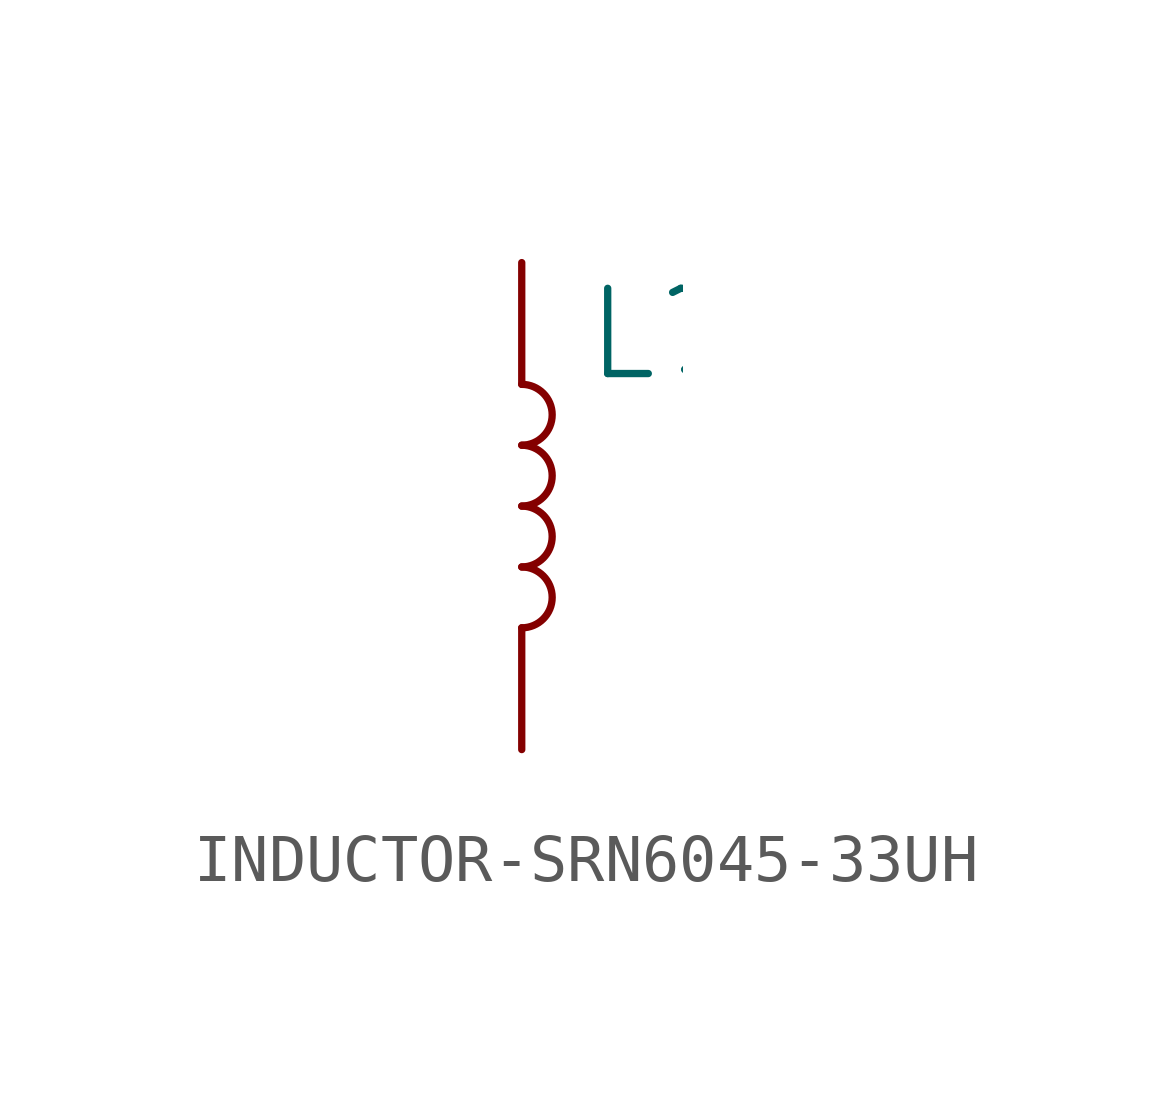
<source format=kicad_sym>
(kicad_symbol_lib
  (version 20231120)
  (generator "kicad_symbol_editor")
  (generator_version "8.0")
  (symbol "INDUCTOR-SRN6045-33UH"
    (property "Reference" "L"
      (at 1.27 2.54 0)
      (effects (font (size 1.778 1.778)) (justify left bottom)))
    (property "Value" ""
      (at 1.27 -2.54 0)
      (effects (font (size 1.778 1.778)) (justify left top)))
    (property "ki_locked" ""
      (at 0 0 0)
      (effects (font (size 1.27 1.27))))
    (symbol "INDUCTOR-SRN6045-33UH_1_0"
      (arc (start 0 -2.54) (mid 0.635 -1.905) (end 0 -1.27) (stroke (width 0.1524) (type solid)) (fill (type none)))
      (arc (start 0 -1.27) (mid 0.635 -0.635) (end 0 0) (stroke (width 0.1524) (type solid)) (fill (type none)))
      (arc (start 0 0) (mid 0.635 0.635) (end 0 1.27) (stroke (width 0.1524) (type solid)) (fill (type none)))
      (arc (start 0 1.27) (mid 0.635 1.905) (end 0 2.54) (stroke (width 0.1524) (type solid)) (fill (type none)))
      (pin passive line (at 0 5.08 270) (length 2.54) (name "1" (effects (font (size 0 0)))) (number "1" (effects (font (size 0 0)))))
      (pin passive line (at 0 -5.08 90) (length 2.54) (name "2" (effects (font (size 0 0)))) (number "2" (effects (font (size 0 0))))))))
</source>
